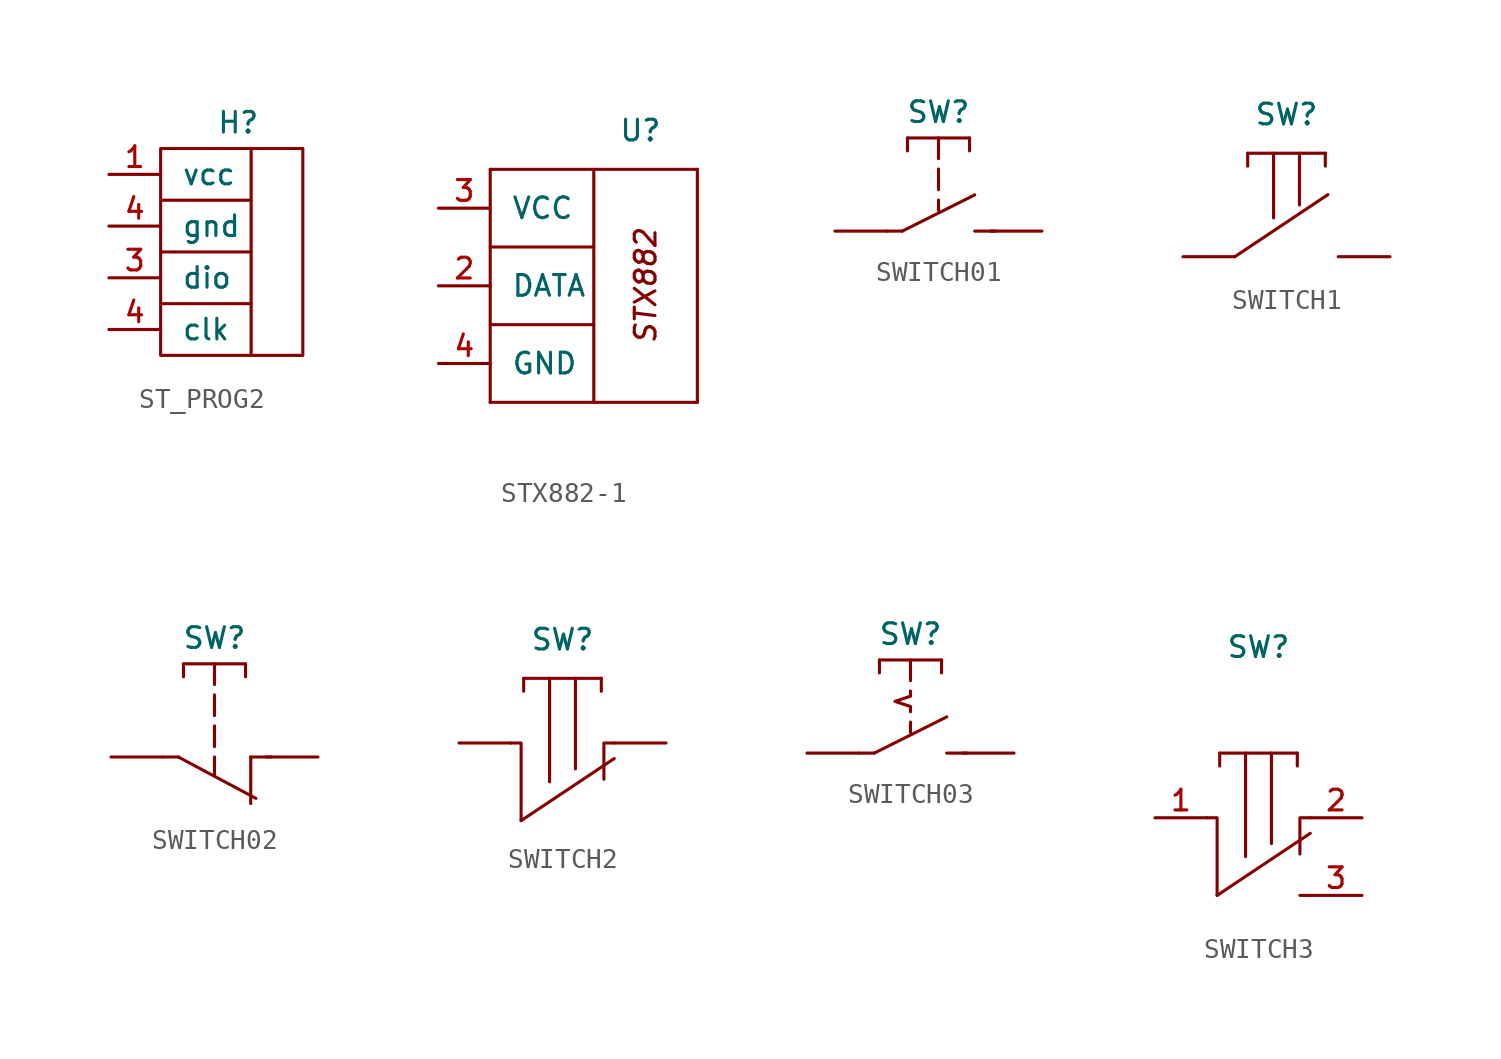
<source format=kicad_sym>
(kicad_symbol_lib
  (version 20241209)
  (generator "kicad_symbol_editor")
  (generator_version "9.0")
  (symbol "ST_PROG2"
    (pin_names
      (offset 1.016))
    (property "Reference" "H"
      (at 0 6.35 0)
      (effects (font (size 1.016 1.016))))
    (symbol "ST_PROG2_0_1"
      (polyline (pts (xy -3.81 2.54) (xy 0.635 2.54)) (stroke (width 0) (type default)) (fill (type none)))
      (polyline (pts (xy -3.81 0) (xy 0.635 0)) (stroke (width 0) (type default)) (fill (type none)))
      (polyline (pts (xy -3.81 -2.54) (xy 0.635 -2.54)) (stroke (width 0) (type default)) (fill (type none)))
      (polyline (pts (xy 0.635 -5.08) (xy 0.635 5.08)) (stroke (width 0) (type default)) (fill (type none)))
      (rectangle (start 3.175 5.08) (end -3.81 -5.08) (stroke (width 0) (type default)) (fill (type none))))
    (symbol "ST_PROG2_1_1"
      (pin passive line (at -6.35 3.81 0) (length 2.54) (name "vcc" (effects (font (size 1.016 1.016)))) (number "1" (effects (font (size 1.016 1.016)))))
      (pin passive line (at -6.35 1.27 0) (length 2.54) (name "gnd" (effects (font (size 1.016 1.016)))) (number "4" (effects (font (size 1.016 1.016)))))
      (pin passive line (at -6.35 -1.27 0) (length 2.54) (name "dio" (effects (font (size 1.016 1.016)))) (number "3" (effects (font (size 1.016 1.016)))))
      (pin passive line (at -6.35 -3.81 0) (length 2.54) (name "clk" (effects (font (size 1.016 1.016)))) (number "4" (effects (font (size 1.016 1.016)))))))
  (symbol "STX882-1"
    (pin_names
      (offset 1.016))
    (property "Reference" "U"
      (at -0.254 7.62 0)
      (effects (font (size 1.016 1.016))))
    (symbol "STX882-1_0_1"
      (polyline (pts (xy -7.62 1.905) (xy -2.54 1.905)) (stroke (width 0) (type default)) (fill (type none)))
      (polyline (pts (xy -7.62 -1.905) (xy -2.54 -1.905)) (stroke (width 0) (type default)) (fill (type none))))
    (symbol "STX882-1_1_1"
      (polyline (pts (xy -7.62 5.715) (xy -7.62 -5.715)) (stroke (width 0) (type default)) (fill (type none)))
      (polyline (pts (xy -7.62 5.715) (xy 2.54 5.715)) (stroke (width 0) (type default)) (fill (type none)))
      (polyline (pts (xy -7.62 -5.715) (xy 2.54 -5.715)) (stroke (width 0) (type default)) (fill (type none)))
      (polyline (pts (xy -2.54 5.715) (xy -2.54 -5.715)) (stroke (width 0) (type default)) (fill (type none)))
      (polyline (pts (xy 2.54 5.715) (xy 2.54 -5.715)) (stroke (width 0) (type default)) (fill (type none)))
      (text "STX882" (at 0 0 900) (effects (font (size 1.016 1.016) (italic yes))))
      (pin power_in line (at -10.16 3.81 0) (length 2.54) (name "VCC" (effects (font (size 1.016 1.016)))) (number "3" (effects (font (size 1.016 1.016)))))
      (pin output line (at -10.16 0 0) (length 2.54) (name "DATA" (effects (font (size 1.016 1.016)))) (number "2" (effects (font (size 1.016 1.016)))))
      (pin power_in line (at -10.16 -3.81 0) (length 2.54) (name "GND" (effects (font (size 1.016 1.016)))) (number "4" (effects (font (size 1.016 1.016)))))
      (pin no_connect line (at -10.16 -7.62 0) (length 2.54) (hide yes) (name "ANT" (effects (font (size 1.016 1.016)))) (number "1" (effects (font (size 1.016 1.016)))))))
  (symbol "SWITCH01"
    (pin_numbers
      (hide yes))
    (pin_names
      (offset 0)
      (hide yes))
    (property "Reference" "SW"
      (at 0 5.842 0)
      (effects (font (size 1.016 1.016))))
    (symbol "SWITCH01_0_1"
      (polyline (pts (xy -2.54 0) (xy -1.778 0)) (stroke (width 0) (type default)) (fill (type none)))
      (polyline (pts (xy -1.778 0) (xy 1.778 1.778)) (stroke (width 0) (type default)) (fill (type none)))
      (polyline (pts (xy -1.524 4.572) (xy -1.524 3.937)) (stroke (width 0) (type default)) (fill (type none)))
      (polyline (pts (xy -1.524 4.572) (xy 1.524 4.572)) (stroke (width 0) (type default)) (fill (type none)))
      (polyline (pts (xy 0 3.556) (xy 0 4.572)) (stroke (width 0) (type default)) (fill (type none)))
      (polyline (pts (xy 0 2.032) (xy 0 3.048)) (stroke (width 0) (type default)) (fill (type none)))
      (polyline (pts (xy 0 1.016) (xy 0 1.524)) (stroke (width 0) (type default)) (fill (type none)))
      (polyline (pts (xy 1.524 4.572) (xy 1.524 3.937)) (stroke (width 0) (type default)) (fill (type none)))
      (polyline (pts (xy 2.794 0) (xy 1.778 0)) (stroke (width 0) (type default)) (fill (type none))))
    (symbol "SWITCH01_1_1"
      (pin passive line (at -5.08 0 0) (length 2.54) (name "N+" (effects (font (size 1.016 1.016)))) (number "1" (effects (font (size 1.016 1.016)))))
      (pin passive line (at 5.08 0 180) (length 2.54) (name "N-" (effects (font (size 1.016 1.016)))) (number "2" (effects (font (size 1.016 1.016)))))))
  (symbol "SWITCH1"
    (pin_numbers
      (hide yes))
    (pin_names
      (offset 0)
      (hide yes))
    (property "Reference" "SW"
      (at 0 6.985 0)
      (effects (font (size 1.016 1.016))))
    (symbol "SWITCH1_0_1"
      (polyline (pts (xy -2.54 0) (xy 2.032 3.048)) (stroke (width 0) (type default)) (fill (type none)))
      (polyline (pts (xy -1.905 5.08) (xy -1.905 4.445)) (stroke (width 0) (type default)) (fill (type none)))
      (polyline (pts (xy -1.905 5.08) (xy 1.905 5.08)) (stroke (width 0) (type default)) (fill (type none)))
      (polyline (pts (xy -0.635 1.905) (xy -0.635 5.08)) (stroke (width 0) (type default)) (fill (type none)))
      (polyline (pts (xy 0.635 2.54) (xy 0.635 5.08)) (stroke (width 0) (type default)) (fill (type none)))
      (polyline (pts (xy 1.905 5.08) (xy 1.905 4.445)) (stroke (width 0) (type default)) (fill (type none))))
    (symbol "SWITCH1_1_1"
      (pin passive line (at -5.08 0 0) (length 2.54) (name "~" (effects (font (size 1.016 1.016)))) (number "1" (effects (font (size 1.016 1.016)))))
      (pin passive line (at 5.08 0 180) (length 2.54) (name "~" (effects (font (size 1.016 1.016)))) (number "2" (effects (font (size 1.016 1.016)))))))
  (symbol "SWITCH02"
    (pin_numbers
      (hide yes))
    (pin_names
      (offset 0)
      (hide yes))
    (property "Reference" "SW"
      (at 0 5.842 0)
      (effects (font (size 1.016 1.016))))
    (symbol "SWITCH02_0_1"
      (polyline (pts (xy -2.54 0) (xy -1.778 0)) (stroke (width 0) (type default)) (fill (type none)))
      (polyline (pts (xy -1.524 4.572) (xy -1.524 3.937)) (stroke (width 0) (type default)) (fill (type none)))
      (polyline (pts (xy -1.524 4.572) (xy 1.524 4.572)) (stroke (width 0) (type default)) (fill (type none)))
      (polyline (pts (xy 0 3.556) (xy 0 4.572)) (stroke (width 0) (type default)) (fill (type none)))
      (polyline (pts (xy 0 2.032) (xy 0 3.048)) (stroke (width 0) (type default)) (fill (type none)))
      (polyline (pts (xy 0 0.508) (xy 0 1.524)) (stroke (width 0) (type default)) (fill (type none)))
      (polyline (pts (xy 0 -0.94) (xy 0 0)) (stroke (width 0) (type default)) (fill (type none)))
      (polyline (pts (xy 1.524 4.572) (xy 1.524 3.937)) (stroke (width 0) (type default)) (fill (type none)))
      (polyline (pts (xy 1.778 0) (xy 1.778 -2.286)) (stroke (width 0) (type default)) (fill (type none)))
      (polyline (pts (xy 2.032 -2.032) (xy -1.778 0)) (stroke (width 0) (type default)) (fill (type none)))
      (polyline (pts (xy 2.794 0) (xy 1.778 0)) (stroke (width 0) (type default)) (fill (type none))))
    (symbol "SWITCH02_1_1"
      (pin passive line (at -5.08 0 0) (length 2.54) (name "N+" (effects (font (size 1.016 1.016)))) (number "1" (effects (font (size 1.016 1.016)))))
      (pin passive line (at 5.08 0 180) (length 2.54) (name "N-" (effects (font (size 1.016 1.016)))) (number "2" (effects (font (size 1.016 1.016)))))))
  (symbol "SWITCH2"
    (pin_numbers
      (hide yes))
    (pin_names
      (offset 0)
      (hide yes))
    (property "Reference" "SW"
      (at 0 5.08 0)
      (effects (font (size 1.016 1.016))))
    (symbol "SWITCH2_0_1"
      (polyline (pts (xy -2.032 -3.81) (xy 2.54 -0.762)) (stroke (width 0) (type default)) (fill (type none)))
      (polyline (pts (xy -2.032 -3.81) (xy -2.032 0) (xy -2.54 0)) (stroke (width 0) (type default)) (fill (type none)))
      (polyline (pts (xy -1.905 3.175) (xy -1.905 2.54)) (stroke (width 0) (type default)) (fill (type none)))
      (polyline (pts (xy -1.905 3.175) (xy 1.905 3.175)) (stroke (width 0) (type default)) (fill (type none)))
      (polyline (pts (xy -0.635 -1.905) (xy -0.635 3.175)) (stroke (width 0) (type default)) (fill (type none)))
      (polyline (pts (xy 0.635 -1.27) (xy 0.635 3.175)) (stroke (width 0) (type default)) (fill (type none)))
      (polyline (pts (xy 1.905 3.175) (xy 1.905 2.54)) (stroke (width 0) (type default)) (fill (type none)))
      (polyline (pts (xy 2.54 0) (xy 2.032 0) (xy 2.032 -1.778)) (stroke (width 0) (type default)) (fill (type none))))
    (symbol "SWITCH2_1_1"
      (pin passive line (at -5.08 0 0) (length 2.54) (name "~" (effects (font (size 1.016 1.016)))) (number "1" (effects (font (size 1.016 1.016)))))
      (pin passive line (at 5.08 0 180) (length 2.54) (name "~" (effects (font (size 1.016 1.016)))) (number "2" (effects (font (size 1.016 1.016)))))))
  (symbol "SWITCH03"
    (pin_numbers
      (hide yes))
    (pin_names
      (offset 0)
      (hide yes))
    (property "Reference" "SW"
      (at 0 5.842 0)
      (effects (font (size 1.016 1.016))))
    (symbol "SWITCH03_0_1"
      (polyline (pts (xy -2.54 0) (xy -1.778 0)) (stroke (width 0) (type default)) (fill (type none)))
      (polyline (pts (xy -1.778 0) (xy 1.778 1.778)) (stroke (width 0) (type default)) (fill (type none)))
      (polyline (pts (xy -1.524 4.572) (xy -1.524 3.937)) (stroke (width 0) (type default)) (fill (type none)))
      (polyline (pts (xy -1.524 4.572) (xy 1.524 4.572)) (stroke (width 0) (type default)) (fill (type none)))
      (polyline (pts (xy 0 3.556) (xy 0 4.572)) (stroke (width 0) (type default)) (fill (type none)))
      (polyline (pts (xy 0 2.032) (xy 0 2.286) (xy -0.762 2.54) (xy 0 2.794) (xy 0 3.048)) (stroke (width 0) (type default)) (fill (type none)))
      (polyline (pts (xy 0 1.016) (xy 0 1.524)) (stroke (width 0) (type default)) (fill (type none)))
      (polyline (pts (xy 1.524 4.572) (xy 1.524 3.937)) (stroke (width 0) (type default)) (fill (type none)))
      (polyline (pts (xy 2.794 0) (xy 1.778 0)) (stroke (width 0) (type default)) (fill (type none))))
    (symbol "SWITCH03_1_1"
      (pin passive line (at -5.08 0 0) (length 2.54) (name "N+" (effects (font (size 1.016 1.016)))) (number "1" (effects (font (size 1.016 1.016)))))
      (pin passive line (at 5.08 0 180) (length 2.54) (name "N-" (effects (font (size 1.016 1.016)))) (number "2" (effects (font (size 1.016 1.016)))))))
  (symbol "SWITCH3"
    (pin_names
      (offset 0)
      (hide yes))
    (property "Reference" "SW"
      (at 0 8.382 0)
      (effects (font (size 1.016 1.016))))
    (symbol "SWITCH3_0_1"
      (polyline (pts (xy -2.032 -3.81) (xy 2.54 -0.762)) (stroke (width 0) (type default)) (fill (type none)))
      (polyline (pts (xy -2.032 -3.81) (xy -2.032 0) (xy -2.54 0)) (stroke (width 0) (type default)) (fill (type none)))
      (polyline (pts (xy -1.905 3.175) (xy -1.905 2.54)) (stroke (width 0) (type default)) (fill (type none)))
      (polyline (pts (xy -1.905 3.175) (xy 1.905 3.175)) (stroke (width 0) (type default)) (fill (type none)))
      (polyline (pts (xy -0.635 -1.905) (xy -0.635 3.175)) (stroke (width 0) (type default)) (fill (type none)))
      (polyline (pts (xy 0.635 -1.27) (xy 0.635 3.175)) (stroke (width 0) (type default)) (fill (type none)))
      (polyline (pts (xy 1.905 3.175) (xy 1.905 2.54)) (stroke (width 0) (type default)) (fill (type none)))
      (polyline (pts (xy 2.54 0) (xy 2.032 0) (xy 2.032 -1.778)) (stroke (width 0) (type default)) (fill (type none)))
      (polyline (pts (xy 2.54 -3.81) (xy 2.032 -3.81)) (stroke (width 0) (type default)) (fill (type none))))
    (symbol "SWITCH3_1_1"
      (pin passive line (at -5.08 0 0) (length 2.54) (name "~" (effects (font (size 1.016 1.016)))) (number "1" (effects (font (size 1.016 1.016)))))
      (pin passive line (at 5.08 0 180) (length 2.54) (name "~" (effects (font (size 1.016 1.016)))) (number "2" (effects (font (size 1.016 1.016)))))
      (pin passive line (at 5.08 -3.81 180) (length 2.54) (name "~" (effects (font (size 1.016 1.016)))) (number "3" (effects (font (size 1.016 1.016))))))))
</source>
